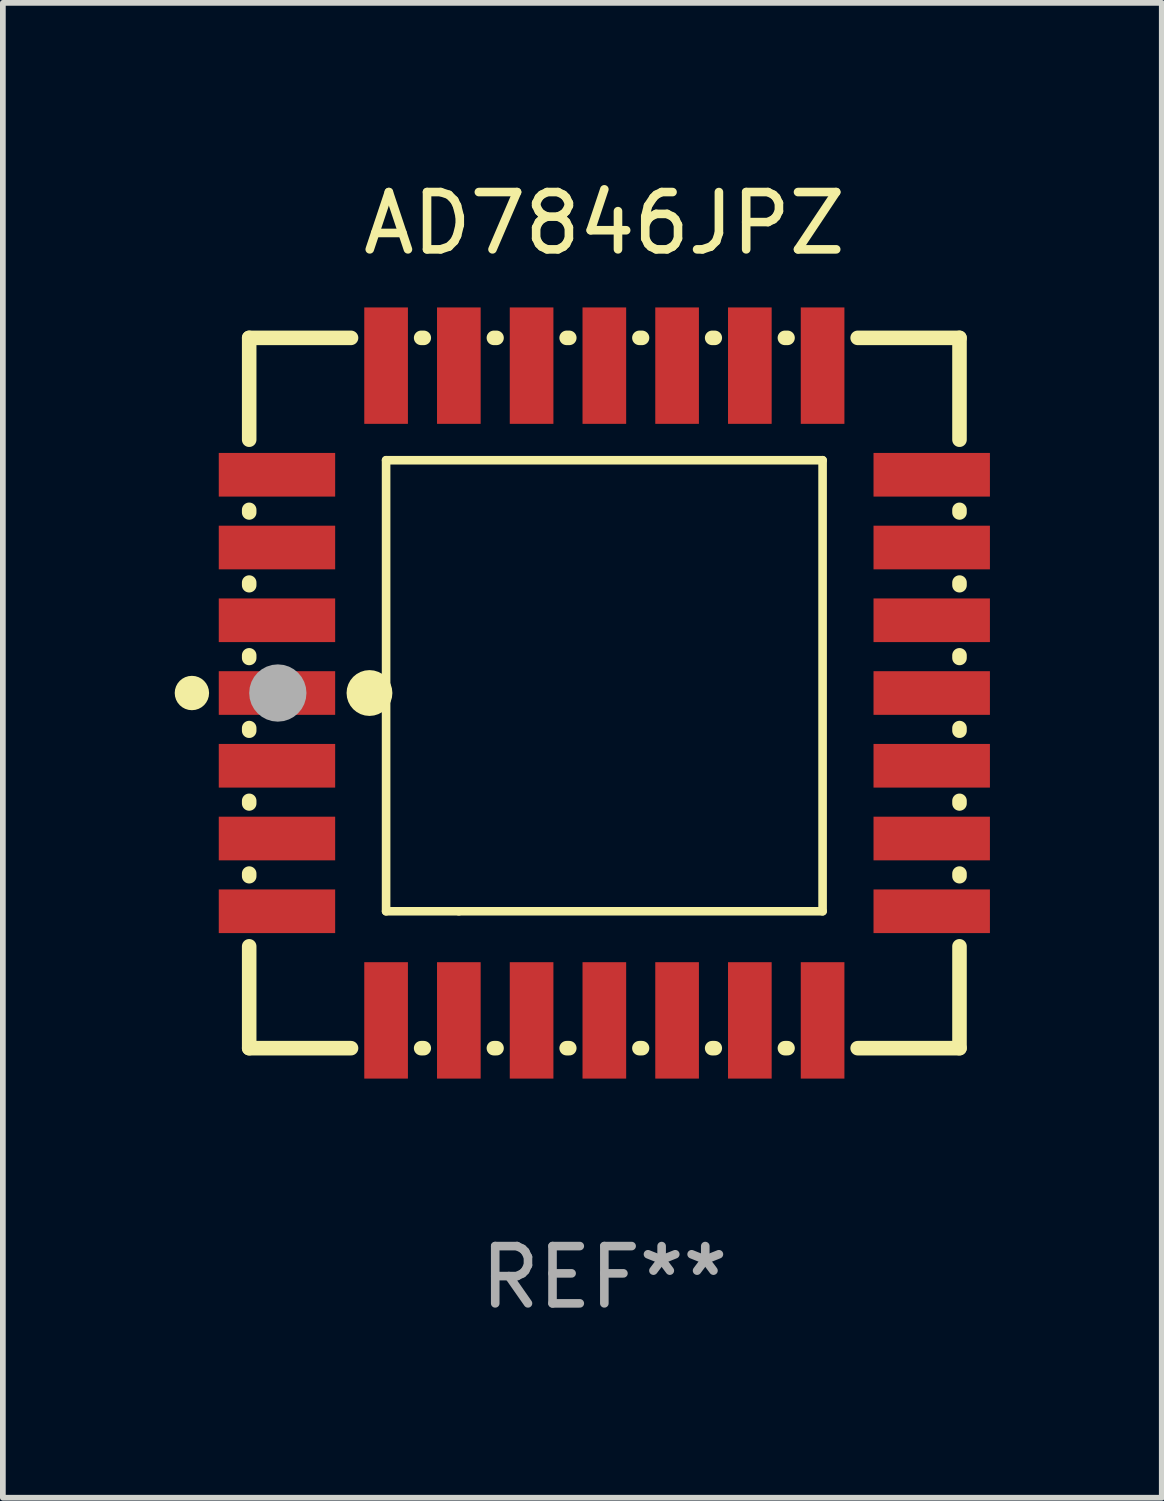
<source format=kicad_pcb>
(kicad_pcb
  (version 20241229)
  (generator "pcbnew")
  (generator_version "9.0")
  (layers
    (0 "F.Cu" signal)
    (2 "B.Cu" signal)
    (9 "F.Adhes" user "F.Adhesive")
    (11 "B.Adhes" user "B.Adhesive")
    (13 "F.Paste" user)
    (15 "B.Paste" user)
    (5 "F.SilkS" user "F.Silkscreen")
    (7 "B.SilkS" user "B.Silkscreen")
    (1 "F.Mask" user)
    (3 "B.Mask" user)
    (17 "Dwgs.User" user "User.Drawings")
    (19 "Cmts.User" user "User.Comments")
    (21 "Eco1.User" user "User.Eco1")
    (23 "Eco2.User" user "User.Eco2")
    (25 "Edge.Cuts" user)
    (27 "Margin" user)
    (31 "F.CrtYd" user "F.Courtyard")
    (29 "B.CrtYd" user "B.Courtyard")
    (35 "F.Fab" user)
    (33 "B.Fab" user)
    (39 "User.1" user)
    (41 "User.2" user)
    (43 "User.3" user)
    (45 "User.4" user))
  (footprint "AD7846JPZ"
    (layer "F.Cu")
    (at 7.5 9.048)
    (property "Reference" "AD7846JPZ" (at 0 -8.2 0) (layer "F.SilkS") (effects (font (size 1 1) (thickness 0.15))))
    (attr through_hole)
    (fp_line (start -6.2 -6.2) (end -4.422 -6.2) (stroke (width 0.254) (type solid)) (layer "F.SilkS"))
    (fp_line (start -6.2 -4.422) (end -6.2 -6.2) (stroke (width 0.254) (type solid)) (layer "F.SilkS"))
    (fp_line (start -6.2 -3.152) (end -6.2 -3.198) (stroke (width 0.254) (type solid)) (layer "F.SilkS"))
    (fp_line (start -6.2 -1.882) (end -6.2 -1.928) (stroke (width 0.254) (type solid)) (layer "F.SilkS"))
    (fp_line (start -6.2 -0.612) (end -6.2 -0.658) (stroke (width 0.254) (type solid)) (layer "F.SilkS"))
    (fp_line (start -6.2 0.658) (end -6.2 0.612) (stroke (width 0.254) (type solid)) (layer "F.SilkS"))
    (fp_line (start -6.2 1.928) (end -6.2 1.882) (stroke (width 0.254) (type solid)) (layer "F.SilkS"))
    (fp_line (start -6.2 3.198) (end -6.2 3.152) (stroke (width 0.254) (type solid)) (layer "F.SilkS"))
    (fp_line (start -6.2 6.2) (end -6.2 4.422) (stroke (width 0.254) (type solid)) (layer "F.SilkS"))
    (fp_line (start -4.422 6.2) (end -6.2 6.2) (stroke (width 0.254) (type solid)) (layer "F.SilkS"))
    (fp_line (start -3.81 -4.064) (end 3.81 -4.064) (stroke (width 0.15) (type solid)) (layer "F.SilkS"))
    (fp_line (start -3.81 3.81) (end -3.81 -4.064) (stroke (width 0.15) (type solid)) (layer "F.SilkS"))
    (fp_line (start -3.198 -6.2) (end -3.152 -6.2) (stroke (width 0.254) (type solid)) (layer "F.SilkS"))
    (fp_line (start -3.152 6.2) (end -3.198 6.2) (stroke (width 0.254) (type solid)) (layer "F.SilkS"))
    (fp_line (start -2.54 3.81) (end -3.81 3.81) (stroke (width 0.15) (type solid)) (layer "F.SilkS"))
    (fp_line (start -1.928 -6.2) (end -1.882 -6.2) (stroke (width 0.254) (type solid)) (layer "F.SilkS"))
    (fp_line (start -1.882 6.2) (end -1.928 6.2) (stroke (width 0.254) (type solid)) (layer "F.SilkS"))
    (fp_line (start -0.658 -6.2) (end -0.612 -6.2) (stroke (width 0.254) (type solid)) (layer "F.SilkS"))
    (fp_line (start -0.612 6.2) (end -0.658 6.2) (stroke (width 0.254) (type solid)) (layer "F.SilkS"))
    (fp_line (start 0.612 -6.2) (end 0.658 -6.2) (stroke (width 0.254) (type solid)) (layer "F.SilkS"))
    (fp_line (start 0.658 6.2) (end 0.612 6.2) (stroke (width 0.254) (type solid)) (layer "F.SilkS"))
    (fp_line (start 1.882 -6.2) (end 1.928 -6.2) (stroke (width 0.254) (type solid)) (layer "F.SilkS"))
    (fp_line (start 1.928 6.2) (end 1.882 6.2) (stroke (width 0.254) (type solid)) (layer "F.SilkS"))
    (fp_line (start 3.152 -6.2) (end 3.198 -6.2) (stroke (width 0.254) (type solid)) (layer "F.SilkS"))
    (fp_line (start 3.198 6.2) (end 3.152 6.2) (stroke (width 0.254) (type solid)) (layer "F.SilkS"))
    (fp_line (start 3.81 -4.064) (end 3.81 3.81) (stroke (width 0.15) (type solid)) (layer "F.SilkS"))
    (fp_line (start 3.81 3.81) (end -2.54 3.81) (stroke (width 0.15) (type solid)) (layer "F.SilkS"))
    (fp_line (start 4.422 -6.2) (end 6.2 -6.2) (stroke (width 0.254) (type solid)) (layer "F.SilkS"))
    (fp_line (start 6.2 -6.2) (end 6.2 -4.422) (stroke (width 0.254) (type solid)) (layer "F.SilkS"))
    (fp_line (start 6.2 -3.198) (end 6.2 -3.152) (stroke (width 0.254) (type solid)) (layer "F.SilkS"))
    (fp_line (start 6.2 -1.928) (end 6.2 -1.882) (stroke (width 0.254) (type solid)) (layer "F.SilkS"))
    (fp_line (start 6.2 -0.658) (end 6.2 -0.612) (stroke (width 0.254) (type solid)) (layer "F.SilkS"))
    (fp_line (start 6.2 0.612) (end 6.2 0.658) (stroke (width 0.254) (type solid)) (layer "F.SilkS"))
    (fp_line (start 6.2 1.882) (end 6.2 1.928) (stroke (width 0.254) (type solid)) (layer "F.SilkS"))
    (fp_line (start 6.2 3.152) (end 6.2 3.198) (stroke (width 0.254) (type solid)) (layer "F.SilkS"))
    (fp_line (start 6.2 4.422) (end 6.2 6.2) (stroke (width 0.254) (type solid)) (layer "F.SilkS"))
    (fp_line (start 6.2 6.2) (end 4.422 6.2) (stroke (width 0.254) (type solid)) (layer "F.SilkS"))
    (fp_circle (center -7.2 0) (end -7.05 0) (stroke (width 0.3) (type solid)) (fill no) (layer "F.SilkS"))
    (fp_circle (center -6.223 6.223) (end -6.193 6.223) (stroke (width 0.06) (type solid)) (fill no) (layer "F.SilkS"))
    (fp_circle (center -4.1 0) (end -3.9 0) (stroke (width 0.4) (type solid)) (fill no) (layer "F.SilkS"))
    (fp_circle (center -5.7 0) (end -5.45 0) (stroke (width 0.5) (type solid)) (fill no) (layer "F.Fab"))
    (fp_text user "REF**" (at 0 10.2 0) (layer "F.Fab") (effects (font (size 1 1) (thickness 0.15))))
    (pad "1" smd rect (at -5.715 0) (size 2.032 0.762) (layers "F.Cu" "F.Mask" "F.Paste"))
    (pad "2" smd rect (at -5.715 1.27) (size 2.032 0.762) (layers "F.Cu" "F.Mask" "F.Paste"))
    (pad "3" smd rect (at -5.715 2.54) (size 2.032 0.762) (layers "F.Cu" "F.Mask" "F.Paste"))
    (pad "4" smd rect (at -5.715 3.81) (size 2.032 0.762) (layers "F.Cu" "F.Mask" "F.Paste"))
    (pad "5" smd rect (at -3.81 5.715) (size 0.762 2.032) (layers "F.Cu" "F.Mask" "F.Paste"))
    (pad "6" smd rect (at -2.54 5.715) (size 0.762 2.032) (layers "F.Cu" "F.Mask" "F.Paste"))
    (pad "7" smd rect (at -1.27 5.715) (size 0.762 2.032) (layers "F.Cu" "F.Mask" "F.Paste"))
    (pad "8" smd rect (at 0 5.715) (size 0.762 2.032) (layers "F.Cu" "F.Mask" "F.Paste"))
    (pad "9" smd rect (at 1.27 5.715) (size 0.762 2.032) (layers "F.Cu" "F.Mask" "F.Paste"))
    (pad "10" smd rect (at 2.54 5.715) (size 0.762 2.032) (layers "F.Cu" "F.Mask" "F.Paste"))
    (pad "11" smd rect (at 3.81 5.715) (size 0.762 2.032) (layers "F.Cu" "F.Mask" "F.Paste"))
    (pad "12" smd rect (at 5.715 3.81) (size 2.032 0.762) (layers "F.Cu" "F.Mask" "F.Paste"))
    (pad "13" smd rect (at 5.715 2.54) (size 2.032 0.762) (layers "F.Cu" "F.Mask" "F.Paste"))
    (pad "14" smd rect (at 5.715 1.27) (size 2.032 0.762) (layers "F.Cu" "F.Mask" "F.Paste"))
    (pad "15" smd rect (at 5.715 0) (size 2.032 0.762) (layers "F.Cu" "F.Mask" "F.Paste"))
    (pad "16" smd rect (at 5.715 -1.27) (size 2.032 0.762) (layers "F.Cu" "F.Mask" "F.Paste"))
    (pad "17" smd rect (at 5.715 -2.54) (size 2.032 0.762) (layers "F.Cu" "F.Mask" "F.Paste"))
    (pad "18" smd rect (at 5.715 -3.81) (size 2.032 0.762) (layers "F.Cu" "F.Mask" "F.Paste"))
    (pad "19" smd rect (at 3.81 -5.715) (size 0.762 2.032) (layers "F.Cu" "F.Mask" "F.Paste"))
    (pad "20" smd rect (at 2.54 -5.715) (size 0.762 2.032) (layers "F.Cu" "F.Mask" "F.Paste"))
    (pad "21" smd rect (at 1.27 -5.715) (size 0.762 2.032) (layers "F.Cu" "F.Mask" "F.Paste"))
    (pad "22" smd rect (at 0 -5.715) (size 0.762 2.032) (layers "F.Cu" "F.Mask" "F.Paste"))
    (pad "23" smd rect (at -1.27 -5.715) (size 0.762 2.032) (layers "F.Cu" "F.Mask" "F.Paste"))
    (pad "24" smd rect (at -2.54 -5.715) (size 0.762 2.032) (layers "F.Cu" "F.Mask" "F.Paste"))
    (pad "25" smd rect (at -3.81 -5.715) (size 0.762 2.032) (layers "F.Cu" "F.Mask" "F.Paste"))
    (pad "26" smd rect (at -5.715 -3.81) (size 2.032 0.762) (layers "F.Cu" "F.Mask" "F.Paste"))
    (pad "27" smd rect (at -5.715 -2.54) (size 2.032 0.762) (layers "F.Cu" "F.Mask" "F.Paste"))
    (pad "28" smd rect (at -5.715 -1.27) (size 2.032 0.762) (layers "F.Cu" "F.Mask" "F.Paste")))
  (gr_rect
    (start -3 -3)
    (end 17.231 23.096)
    (stroke (width 0.1) (type default))
    (fill no)
    (layer "Edge.Cuts")))
</source>
